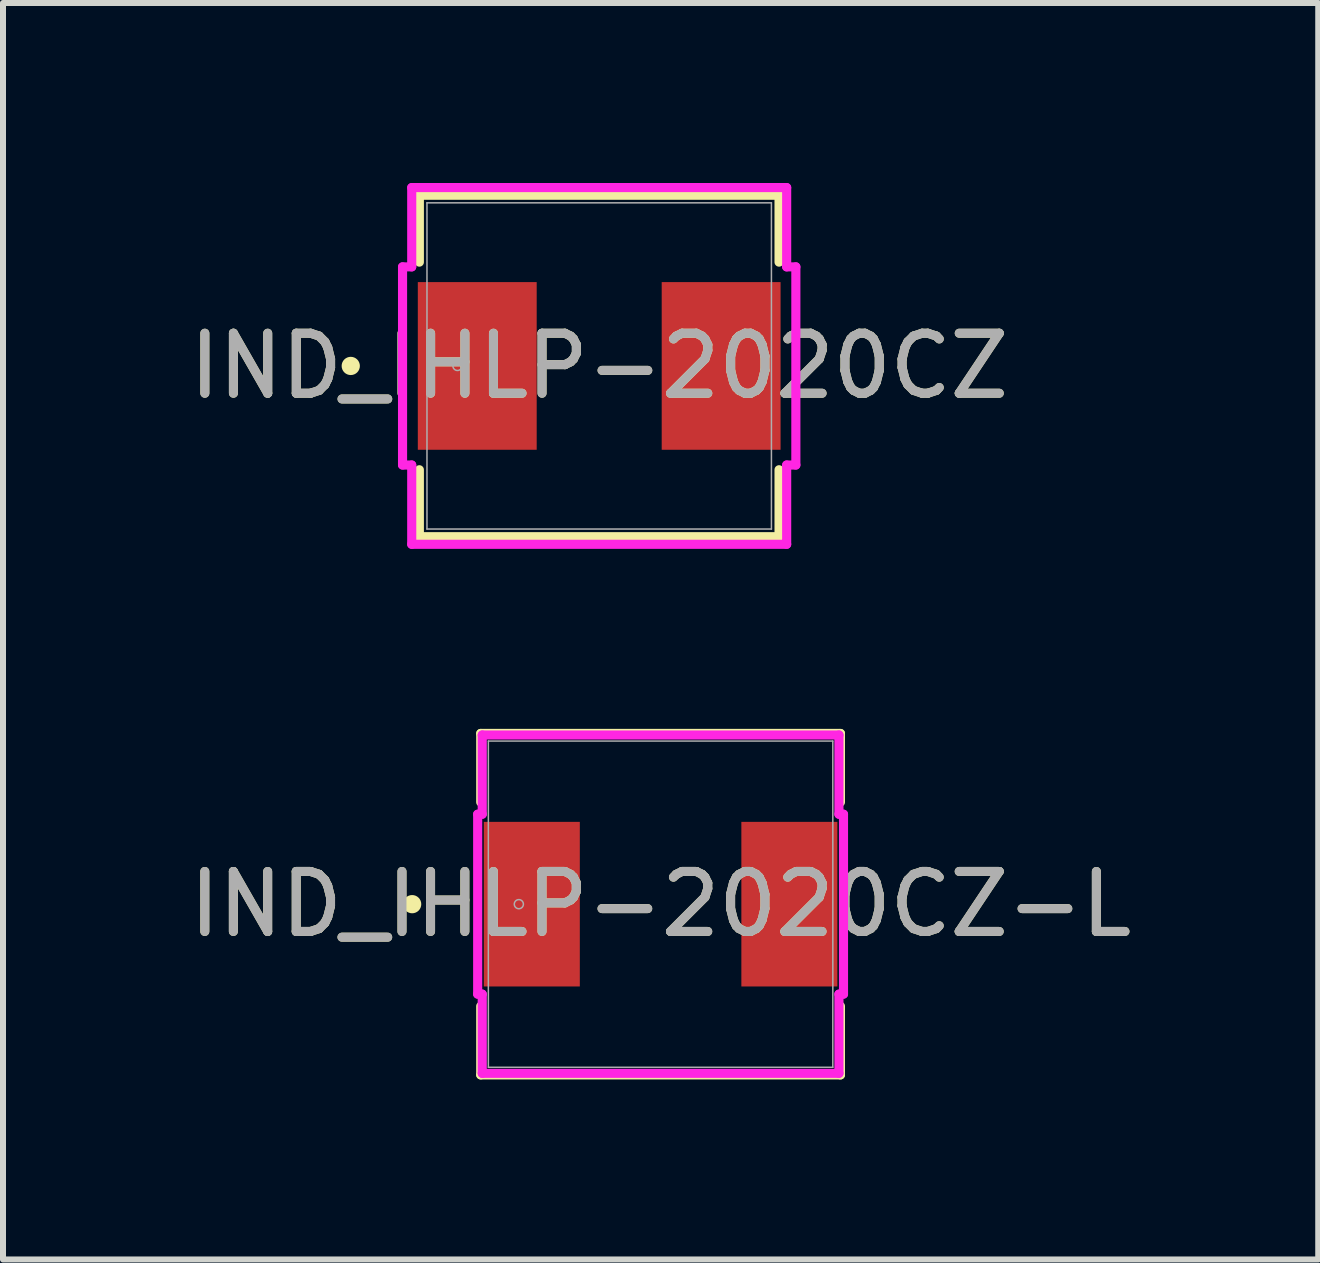
<source format=kicad_pcb>
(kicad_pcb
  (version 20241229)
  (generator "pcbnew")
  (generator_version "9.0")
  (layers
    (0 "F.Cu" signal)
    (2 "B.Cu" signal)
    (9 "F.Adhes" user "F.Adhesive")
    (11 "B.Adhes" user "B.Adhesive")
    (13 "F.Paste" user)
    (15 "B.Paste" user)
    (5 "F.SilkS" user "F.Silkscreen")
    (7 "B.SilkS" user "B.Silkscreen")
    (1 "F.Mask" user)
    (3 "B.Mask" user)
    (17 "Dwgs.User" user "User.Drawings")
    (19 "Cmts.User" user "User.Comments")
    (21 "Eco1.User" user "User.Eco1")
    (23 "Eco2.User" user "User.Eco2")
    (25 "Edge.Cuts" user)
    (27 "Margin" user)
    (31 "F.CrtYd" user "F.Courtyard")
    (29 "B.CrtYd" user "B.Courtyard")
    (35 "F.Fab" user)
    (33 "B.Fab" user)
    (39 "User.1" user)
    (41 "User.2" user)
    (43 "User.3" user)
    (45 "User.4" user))
  (footprint "IND_IHLP-2020CZ"
    (layer "F.Cu")
    (at 6.935 3.048)
    (property "Reference" "IND_IHLP-2020CZ" (at 0 0 0) (unlocked yes) (layer "F.SilkS") (effects (font (size 1 1) (thickness 0.15))))
    (attr smd)
    (fp_line (start -2.997 -2.845) (end -2.997 -1.73) (stroke (width 0.152) (type solid)) (layer "F.SilkS"))
    (fp_line (start -2.997 1.73) (end -2.997 2.845) (stroke (width 0.152) (type solid)) (layer "F.SilkS"))
    (fp_line (start -2.997 2.845) (end 2.997 2.845) (stroke (width 0.152) (type solid)) (layer "F.SilkS"))
    (fp_line (start 2.997 -2.845) (end -2.997 -2.845) (stroke (width 0.152) (type solid)) (layer "F.SilkS"))
    (fp_line (start 2.997 -1.73) (end 2.997 -2.845) (stroke (width 0.152) (type solid)) (layer "F.SilkS"))
    (fp_line (start 2.997 2.845) (end 2.997 1.73) (stroke (width 0.152) (type solid)) (layer "F.SilkS"))
    (fp_circle (center -4.14 0) (end -4.064 0) (stroke (width 0.152) (type solid)) (fill no) (layer "F.SilkS"))
    (fp_line (start -3.277 -1.651) (end -3.124 -1.651) (stroke (width 0.152) (type solid)) (layer "F.CrtYd"))
    (fp_line (start -3.277 1.651) (end -3.277 -1.651) (stroke (width 0.152) (type solid)) (layer "F.CrtYd"))
    (fp_line (start -3.124 -2.972) (end 3.124 -2.972) (stroke (width 0.152) (type solid)) (layer "F.CrtYd"))
    (fp_line (start -3.124 -1.651) (end -3.124 -2.972) (stroke (width 0.152) (type solid)) (layer "F.CrtYd"))
    (fp_line (start -3.124 1.651) (end -3.277 1.651) (stroke (width 0.152) (type solid)) (layer "F.CrtYd"))
    (fp_line (start -3.124 2.972) (end -3.124 1.651) (stroke (width 0.152) (type solid)) (layer "F.CrtYd"))
    (fp_line (start 3.124 -2.972) (end 3.124 -1.651) (stroke (width 0.152) (type solid)) (layer "F.CrtYd"))
    (fp_line (start 3.124 -1.651) (end 3.277 -1.651) (stroke (width 0.152) (type solid)) (layer "F.CrtYd"))
    (fp_line (start 3.124 1.651) (end 3.124 2.972) (stroke (width 0.152) (type solid)) (layer "F.CrtYd"))
    (fp_line (start 3.124 2.972) (end -3.124 2.972) (stroke (width 0.152) (type solid)) (layer "F.CrtYd"))
    (fp_line (start 3.277 -1.651) (end 3.277 1.651) (stroke (width 0.152) (type solid)) (layer "F.CrtYd"))
    (fp_line (start 3.277 1.651) (end 3.124 1.651) (stroke (width 0.152) (type solid)) (layer "F.CrtYd"))
    (fp_line (start -2.87 -2.718) (end -2.87 2.718) (stroke (width 0.025) (type solid)) (layer "F.Fab"))
    (fp_line (start -2.87 2.718) (end 2.87 2.718) (stroke (width 0.025) (type solid)) (layer "F.Fab"))
    (fp_line (start 2.87 -2.718) (end -2.87 -2.718) (stroke (width 0.025) (type solid)) (layer "F.Fab"))
    (fp_line (start 2.87 2.718) (end 2.87 -2.718) (stroke (width 0.025) (type solid)) (layer "F.Fab"))
    (fp_circle (center -2.362 0) (end -2.286 0) (stroke (width 0.025) (type solid)) (fill no) (layer "F.Fab"))
    (fp_text user "${REFERENCE}" (at 0 0 0) (unlocked yes) (layer "F.Fab") (effects (font (size 1 1) (thickness 0.15))))
    (pad "1" smd rect (at -2.032 0 90) (size 2.794 1.981) (layers "F.Cu" "F.Mask" "F.Paste"))
    (pad "2" smd rect (at 2.032 0 90) (size 2.794 1.981) (layers "F.Cu" "F.Mask" "F.Paste"))
    (zone (net_name "") (layer "F.Cu") (hatch full 0.508) (connect_pads) (min_thickness 0.254) (filled_areas_thickness no) (keepout (tracks not_allowed) (vias not_allowed) (pads allowed) (copperpour not_allowed) (footprints allowed)) (placement (enabled no)) (fill) (polygon (pts (xy 4.115 0.381) (xy 9.754 0.381) (xy 9.754 1.6) (xy 4.115 1.6))))
    (zone (net_name "") (layer "F.Cu") (hatch full 0.508) (connect_pads) (min_thickness 0.254) (filled_areas_thickness no) (keepout (tracks not_allowed) (vias not_allowed) (pads allowed) (copperpour not_allowed) (footprints allowed)) (placement (enabled no)) (fill) (polygon (pts (xy 4.115 4.496) (xy 9.754 4.496) (xy 9.754 5.715) (xy 4.115 5.715))))
    (zone (net_name "") (layer "F.Cu") (hatch full 0.508) (connect_pads) (min_thickness 0.254) (filled_areas_thickness no) (keepout (tracks not_allowed) (vias not_allowed) (pads allowed) (copperpour not_allowed) (footprints allowed)) (placement (enabled no)) (fill) (polygon (pts (xy 5.944 1.6) (xy 7.925 1.6) (xy 7.925 4.496) (xy 5.944 4.496)))))
  (footprint "IND_IHLP-2020CZ-L"
    (layer "F.Cu")
    (at 7.958 12.017)
    (property "Reference" "IND_IHLP-2020CZ-L" (at 0 0 0) (unlocked yes) (layer "F.SilkS") (effects (font (size 1 1) (thickness 0.15))))
    (attr smd)
    (fp_line (start -2.997 -2.845) (end -2.997 -1.7) (stroke (width 0.152) (type solid)) (layer "F.SilkS"))
    (fp_line (start -2.997 1.7) (end -2.997 2.845) (stroke (width 0.152) (type solid)) (layer "F.SilkS"))
    (fp_line (start -2.997 2.845) (end 2.997 2.845) (stroke (width 0.152) (type solid)) (layer "F.SilkS"))
    (fp_line (start 2.997 -2.845) (end -2.997 -2.845) (stroke (width 0.152) (type solid)) (layer "F.SilkS"))
    (fp_line (start 2.997 -1.7) (end 2.997 -2.845) (stroke (width 0.152) (type solid)) (layer "F.SilkS"))
    (fp_line (start 2.997 2.845) (end 2.997 1.7) (stroke (width 0.152) (type solid)) (layer "F.SilkS"))
    (fp_circle (center -4.14 0) (end -4.064 0) (stroke (width 0.152) (type solid)) (fill no) (layer "F.SilkS"))
    (fp_line (start -3.048 -1.499) (end -2.972 -1.499) (stroke (width 0.152) (type solid)) (layer "F.CrtYd"))
    (fp_line (start -3.048 1.499) (end -3.048 -1.499) (stroke (width 0.152) (type solid)) (layer "F.CrtYd"))
    (fp_line (start -2.972 -2.819) (end 2.972 -2.819) (stroke (width 0.152) (type solid)) (layer "F.CrtYd"))
    (fp_line (start -2.972 -1.499) (end -2.972 -2.819) (stroke (width 0.152) (type solid)) (layer "F.CrtYd"))
    (fp_line (start -2.972 1.499) (end -3.048 1.499) (stroke (width 0.152) (type solid)) (layer "F.CrtYd"))
    (fp_line (start -2.972 2.819) (end -2.972 1.499) (stroke (width 0.152) (type solid)) (layer "F.CrtYd"))
    (fp_line (start 2.972 -2.819) (end 2.972 -1.499) (stroke (width 0.152) (type solid)) (layer "F.CrtYd"))
    (fp_line (start 2.972 -1.499) (end 3.048 -1.499) (stroke (width 0.152) (type solid)) (layer "F.CrtYd"))
    (fp_line (start 2.972 1.499) (end 2.972 2.819) (stroke (width 0.152) (type solid)) (layer "F.CrtYd"))
    (fp_line (start 2.972 2.819) (end -2.972 2.819) (stroke (width 0.152) (type solid)) (layer "F.CrtYd"))
    (fp_line (start 3.048 -1.499) (end 3.048 1.499) (stroke (width 0.152) (type solid)) (layer "F.CrtYd"))
    (fp_line (start 3.048 1.499) (end 2.972 1.499) (stroke (width 0.152) (type solid)) (layer "F.CrtYd"))
    (fp_line (start -2.87 -2.718) (end -2.87 2.718) (stroke (width 0.025) (type solid)) (layer "F.Fab"))
    (fp_line (start -2.87 2.718) (end 2.87 2.718) (stroke (width 0.025) (type solid)) (layer "F.Fab"))
    (fp_line (start 2.87 -2.718) (end -2.87 -2.718) (stroke (width 0.025) (type solid)) (layer "F.Fab"))
    (fp_line (start 2.87 2.718) (end 2.87 -2.718) (stroke (width 0.025) (type solid)) (layer "F.Fab"))
    (fp_circle (center -2.362 0) (end -2.286 0) (stroke (width 0.025) (type solid)) (fill no) (layer "F.Fab"))
    (fp_text user "${REFERENCE}" (at 0 0 0) (unlocked yes) (layer "F.Fab") (effects (font (size 1 1) (thickness 0.15))))
    (pad "1" smd rect (at -2.146 0 90) (size 2.743 1.6) (layers "F.Cu" "F.Mask" "F.Paste"))
    (pad "2" smd rect (at 2.146 0 90) (size 2.743 1.6) (layers "F.Cu" "F.Mask" "F.Paste"))
    (zone (net_name "") (layer "F.Cu") (hatch full 0.508) (connect_pads) (min_thickness 0.254) (filled_areas_thickness no) (keepout (tracks not_allowed) (vias not_allowed) (pads allowed) (copperpour not_allowed) (footprints allowed)) (placement (enabled no)) (fill) (polygon (pts (xy 5.139 9.35) (xy 10.778 9.35) (xy 10.778 10.569) (xy 5.139 10.569))))
    (zone (net_name "") (layer "F.Cu") (hatch full 0.508) (connect_pads) (min_thickness 0.254) (filled_areas_thickness no) (keepout (tracks not_allowed) (vias not_allowed) (pads allowed) (copperpour not_allowed) (footprints allowed)) (placement (enabled no)) (fill) (polygon (pts (xy 5.139 13.465) (xy 10.778 13.465) (xy 10.778 14.684) (xy 5.139 14.684))))
    (zone (net_name "") (layer "F.Cu") (hatch full 0.508) (connect_pads) (min_thickness 0.254) (filled_areas_thickness no) (keepout (tracks not_allowed) (vias not_allowed) (pads allowed) (copperpour not_allowed) (footprints allowed)) (placement (enabled no)) (fill) (polygon (pts (xy 6.663 10.569) (xy 9.254 10.569) (xy 9.254 13.465) (xy 6.663 13.465)))))
  (gr_rect
    (start -3 -3)
    (end 18.917 17.938)
    (stroke (width 0.1) (type default))
    (fill no)
    (layer "Edge.Cuts")))
</source>
